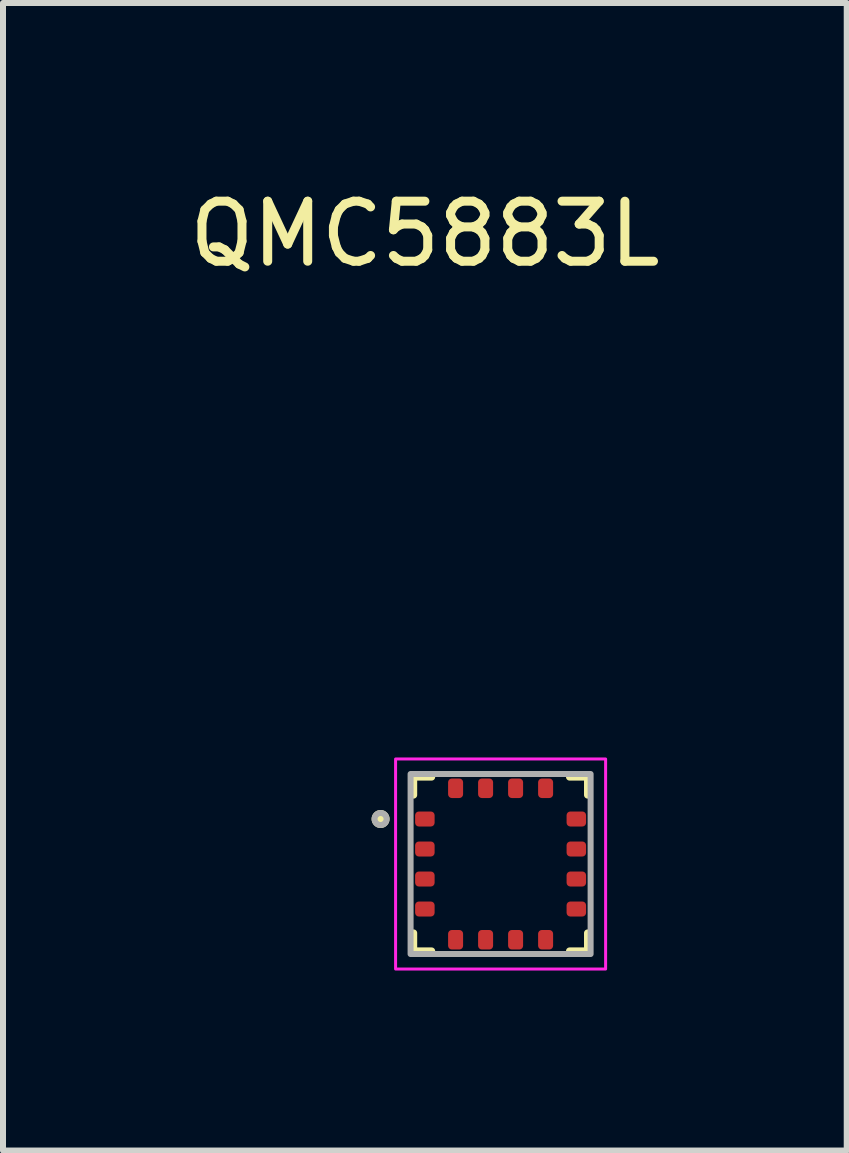
<source format=kicad_pcb>
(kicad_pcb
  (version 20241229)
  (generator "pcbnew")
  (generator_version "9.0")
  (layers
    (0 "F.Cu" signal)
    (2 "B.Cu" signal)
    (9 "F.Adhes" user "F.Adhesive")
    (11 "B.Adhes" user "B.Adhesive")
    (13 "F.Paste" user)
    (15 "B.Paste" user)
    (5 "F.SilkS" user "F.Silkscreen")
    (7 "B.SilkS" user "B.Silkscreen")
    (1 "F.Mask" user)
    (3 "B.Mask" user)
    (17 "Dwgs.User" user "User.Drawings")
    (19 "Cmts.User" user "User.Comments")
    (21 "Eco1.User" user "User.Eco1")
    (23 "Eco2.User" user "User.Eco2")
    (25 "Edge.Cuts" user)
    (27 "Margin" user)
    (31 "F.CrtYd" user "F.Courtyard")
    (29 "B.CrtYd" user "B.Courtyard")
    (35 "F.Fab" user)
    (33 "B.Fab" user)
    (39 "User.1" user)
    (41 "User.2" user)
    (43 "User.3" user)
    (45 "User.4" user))
  (footprint "QMC5883L"
    (layer "F.Cu")
    (at 5.292 11.348)
    (property "Reference" "QMC5883L" (at -1.262 -10.5 0) (unlocked yes) (layer "F.SilkS") (effects (font (size 1 1) (thickness 0.15))))
    (attr smd)
    (fp_line (start -1.45 -1.45) (end -1.45 -1.15) (stroke (width 0.12) (type solid)) (layer "F.SilkS"))
    (fp_line (start -1.45 -1.45) (end -1.15 -1.45) (stroke (width 0.12) (type solid)) (layer "F.SilkS"))
    (fp_line (start -1.45 1.45) (end -1.45 1.15) (stroke (width 0.12) (type solid)) (layer "F.SilkS"))
    (fp_line (start -1.45 1.45) (end -1.15 1.45) (stroke (width 0.12) (type solid)) (layer "F.SilkS"))
    (fp_line (start 1.45 -1.45) (end 1.15 -1.45) (stroke (width 0.12) (type solid)) (layer "F.SilkS"))
    (fp_line (start 1.45 -1.45) (end 1.45 -1.15) (stroke (width 0.12) (type solid)) (layer "F.SilkS"))
    (fp_line (start 1.45 1.45) (end 1.15 1.45) (stroke (width 0.12) (type solid)) (layer "F.SilkS"))
    (fp_line (start 1.45 1.45) (end 1.45 1.15) (stroke (width 0.12) (type solid)) (layer "F.SilkS"))
    (fp_circle (center -2 -0.75) (end -1.9 -0.75) (stroke (width 0.1) (type solid)) (fill yes) (layer "F.SilkS"))
    (fp_rect (start -1.75 -1.75) (end 1.75 1.75) (stroke (width 0.05) (type solid)) (fill no) (layer "F.CrtYd"))
    (fp_rect (start -1.5 -1.5) (end 1.5 1.5) (stroke (width 0.1) (type solid)) (fill no) (layer "F.Fab"))
    (fp_circle (center -2 -0.75) (end -1.9 -0.75) (stroke (width 0.1) (type solid)) (fill no) (layer "F.Fab"))
    (pad "1" smd roundrect (at -1.262 -0.75) (size 0.325 0.25) (layers "F.Cu" "F.Mask" "F.Paste") (roundrect_rratio 0.25))
    (pad "2" smd roundrect (at -1.262 -0.25) (size 0.325 0.25) (layers "F.Cu" "F.Mask" "F.Paste") (roundrect_rratio 0.25))
    (pad "3" smd roundrect (at -1.262 0.25) (size 0.325 0.25) (layers "F.Cu" "F.Mask" "F.Paste") (roundrect_rratio 0.25))
    (pad "4" smd roundrect (at -1.262 0.75) (size 0.325 0.25) (layers "F.Cu" "F.Mask" "F.Paste") (roundrect_rratio 0.25))
    (pad "5" smd roundrect (at -0.75 1.262 90) (size 0.325 0.25) (layers "F.Cu" "F.Mask" "F.Paste") (roundrect_rratio 0.25))
    (pad "6" smd roundrect (at -0.25 1.262 90) (size 0.325 0.25) (layers "F.Cu" "F.Mask" "F.Paste") (roundrect_rratio 0.25))
    (pad "7" smd roundrect (at 0.25 1.262 90) (size 0.325 0.25) (layers "F.Cu" "F.Mask" "F.Paste") (roundrect_rratio 0.25))
    (pad "8" smd roundrect (at 0.75 1.262 90) (size 0.325 0.25) (layers "F.Cu" "F.Mask" "F.Paste") (roundrect_rratio 0.25))
    (pad "9" smd roundrect (at 1.262 0.75 180) (size 0.325 0.25) (layers "F.Cu" "F.Mask" "F.Paste") (roundrect_rratio 0.25))
    (pad "10" smd roundrect (at 1.262 0.25 180) (size 0.325 0.25) (layers "F.Cu" "F.Mask" "F.Paste") (roundrect_rratio 0.25))
    (pad "11" smd roundrect (at 1.262 -0.25 180) (size 0.325 0.25) (layers "F.Cu" "F.Mask" "F.Paste") (roundrect_rratio 0.25))
    (pad "12" smd roundrect (at 1.262 -0.75 180) (size 0.325 0.25) (layers "F.Cu" "F.Mask" "F.Paste") (roundrect_rratio 0.25))
    (pad "13" smd roundrect (at 0.75 -1.262 270) (size 0.325 0.25) (layers "F.Cu" "F.Mask" "F.Paste") (roundrect_rratio 0.25))
    (pad "14" smd roundrect (at 0.25 -1.262 270) (size 0.325 0.25) (layers "F.Cu" "F.Mask" "F.Paste") (roundrect_rratio 0.25))
    (pad "15" smd roundrect (at -0.25 -1.262 270) (size 0.325 0.25) (layers "F.Cu" "F.Mask" "F.Paste") (roundrect_rratio 0.25))
    (pad "16" smd roundrect (at -0.75 -1.262 270) (size 0.325 0.25) (layers "F.Cu" "F.Mask" "F.Paste") (roundrect_rratio 0.25)))
  (gr_rect
    (start -3 -3)
    (end 11.06 16.123)
    (stroke (width 0.1) (type default))
    (fill no)
    (layer "Edge.Cuts")))
</source>
